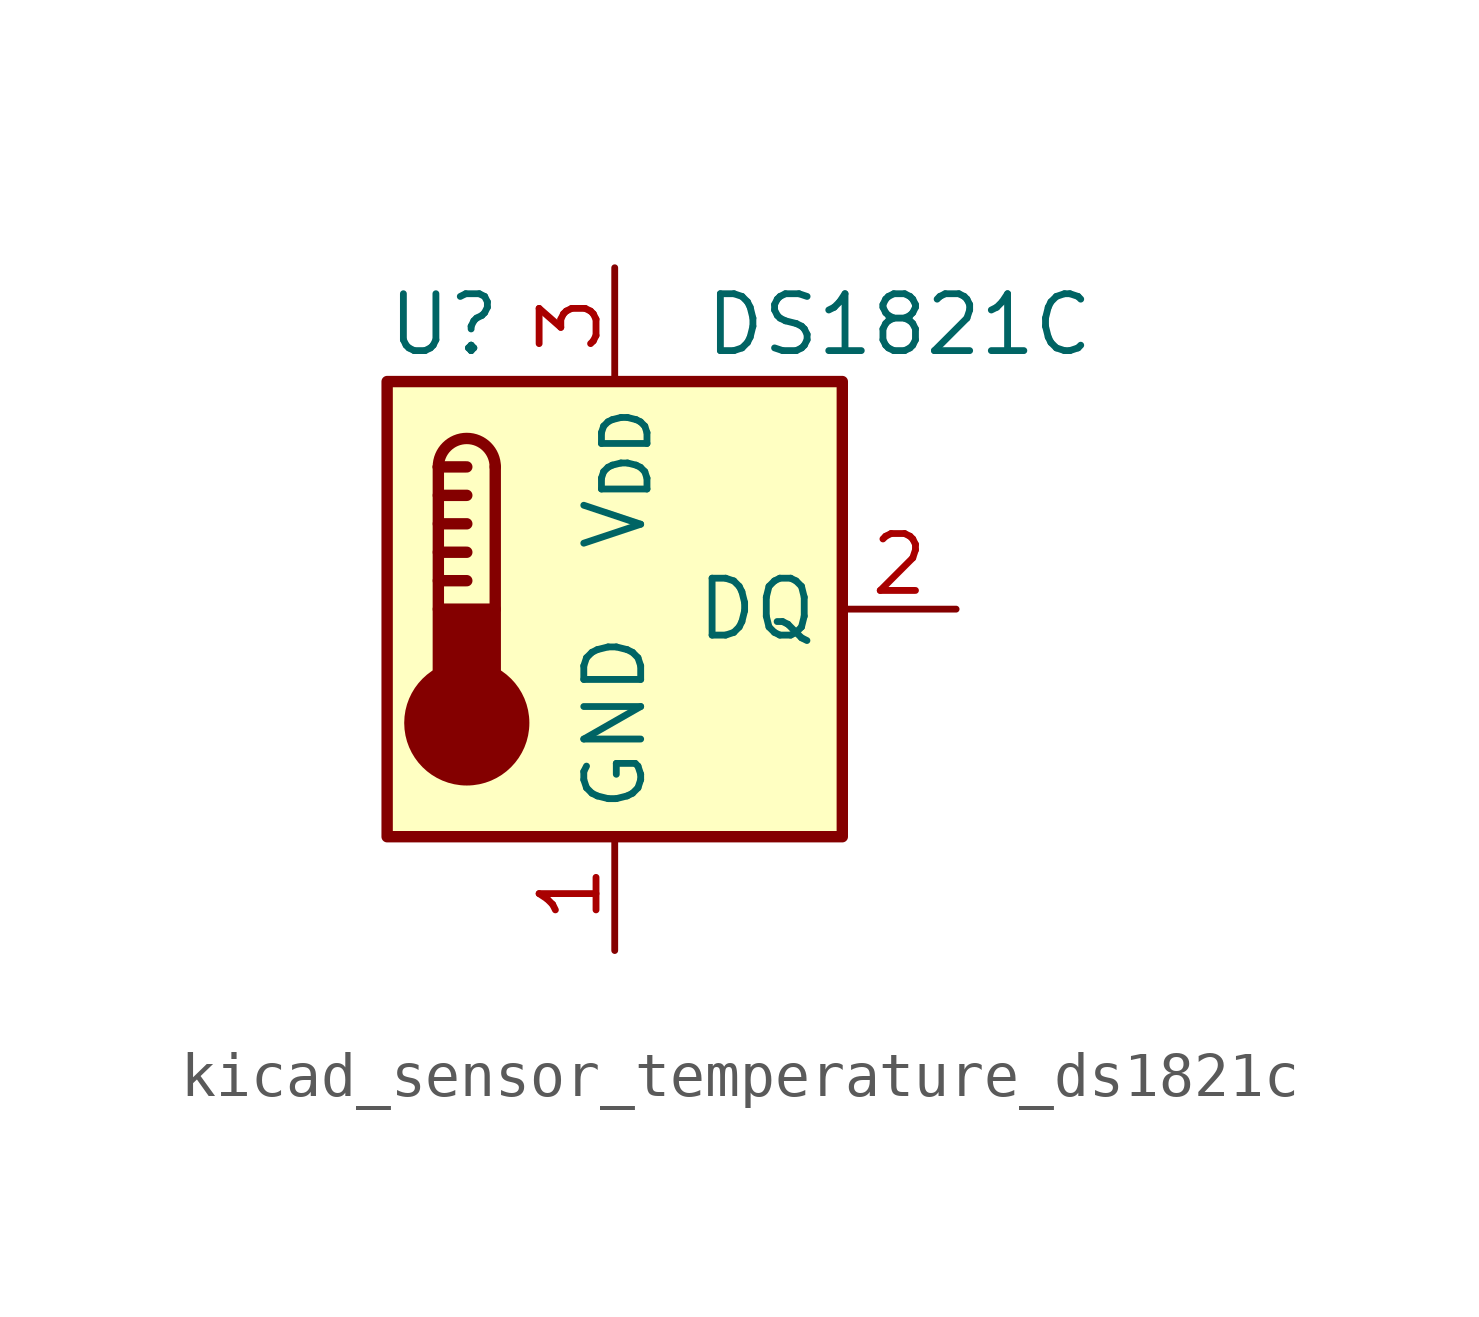
<source format=kicad_sym>
(kicad_symbol_lib
  (version 20220914)
  (generator kicad_symbol_editor)
  (symbol "kicad_sensor_temperature_ds1821c"
    (property "Reference" "U"
      (at -3.81 6.35 0)
      (effects (font (size 1.27 1.27))))
    (property "Value" "DS1821C"
      (at 6.35 6.35 0)
      (effects (font (size 1.27 1.27))))
    (symbol "kicad_sensor_temperature_ds1821c_0_1"
      (rectangle (start -5.08 5.08) (end 5.08 -5.08) (stroke (width 0.254) (type default)) (fill (type background)))
      (circle (center -3.302 -2.54) (radius 1.27) (stroke (width 0.254) (type default)) (fill (type outline)))
      (rectangle (start -2.667 -1.905) (end -3.937 0) (stroke (width 0.254) (type default)) (fill (type outline)))
      (arc (start -2.667 3.175) (mid -3.302 3.8073) (end -3.937 3.175) (stroke (width 0.254) (type default)) (fill (type none)))
      (polyline (pts (xy -3.937 0.635) (xy -3.302 0.635)) (stroke (width 0.254) (type default)) (fill (type none)))
      (polyline (pts (xy -3.937 1.27) (xy -3.302 1.27)) (stroke (width 0.254) (type default)) (fill (type none)))
      (polyline (pts (xy -3.937 1.905) (xy -3.302 1.905)) (stroke (width 0.254) (type default)) (fill (type none)))
      (polyline (pts (xy -3.937 2.54) (xy -3.302 2.54)) (stroke (width 0.254) (type default)) (fill (type none)))
      (polyline (pts (xy -3.937 3.175) (xy -3.937 0)) (stroke (width 0.254) (type default)) (fill (type none)))
      (polyline (pts (xy -3.937 3.175) (xy -3.302 3.175)) (stroke (width 0.254) (type default)) (fill (type none)))
      (polyline (pts (xy -2.667 3.175) (xy -2.667 0)) (stroke (width 0.254) (type default)) (fill (type none))))
    (symbol "kicad_sensor_temperature_ds1821c_1_1"
      (pin power_in line (at 0 -7.62 90) (length 2.54) (name "GND" (effects (font (size 1.27 1.27)))) (number "1" (effects (font (size 1.27 1.27)))))
      (pin bidirectional line (at 7.62 0 180) (length 2.54) (name "DQ" (effects (font (size 1.27 1.27)))) (number "2" (effects (font (size 1.27 1.27)))))
      (pin power_in line (at 0 7.62 270) (length 2.54) (name "V_{DD}" (effects (font (size 1.27 1.27)))) (number "3" (effects (font (size 1.27 1.27))))))))
</source>
